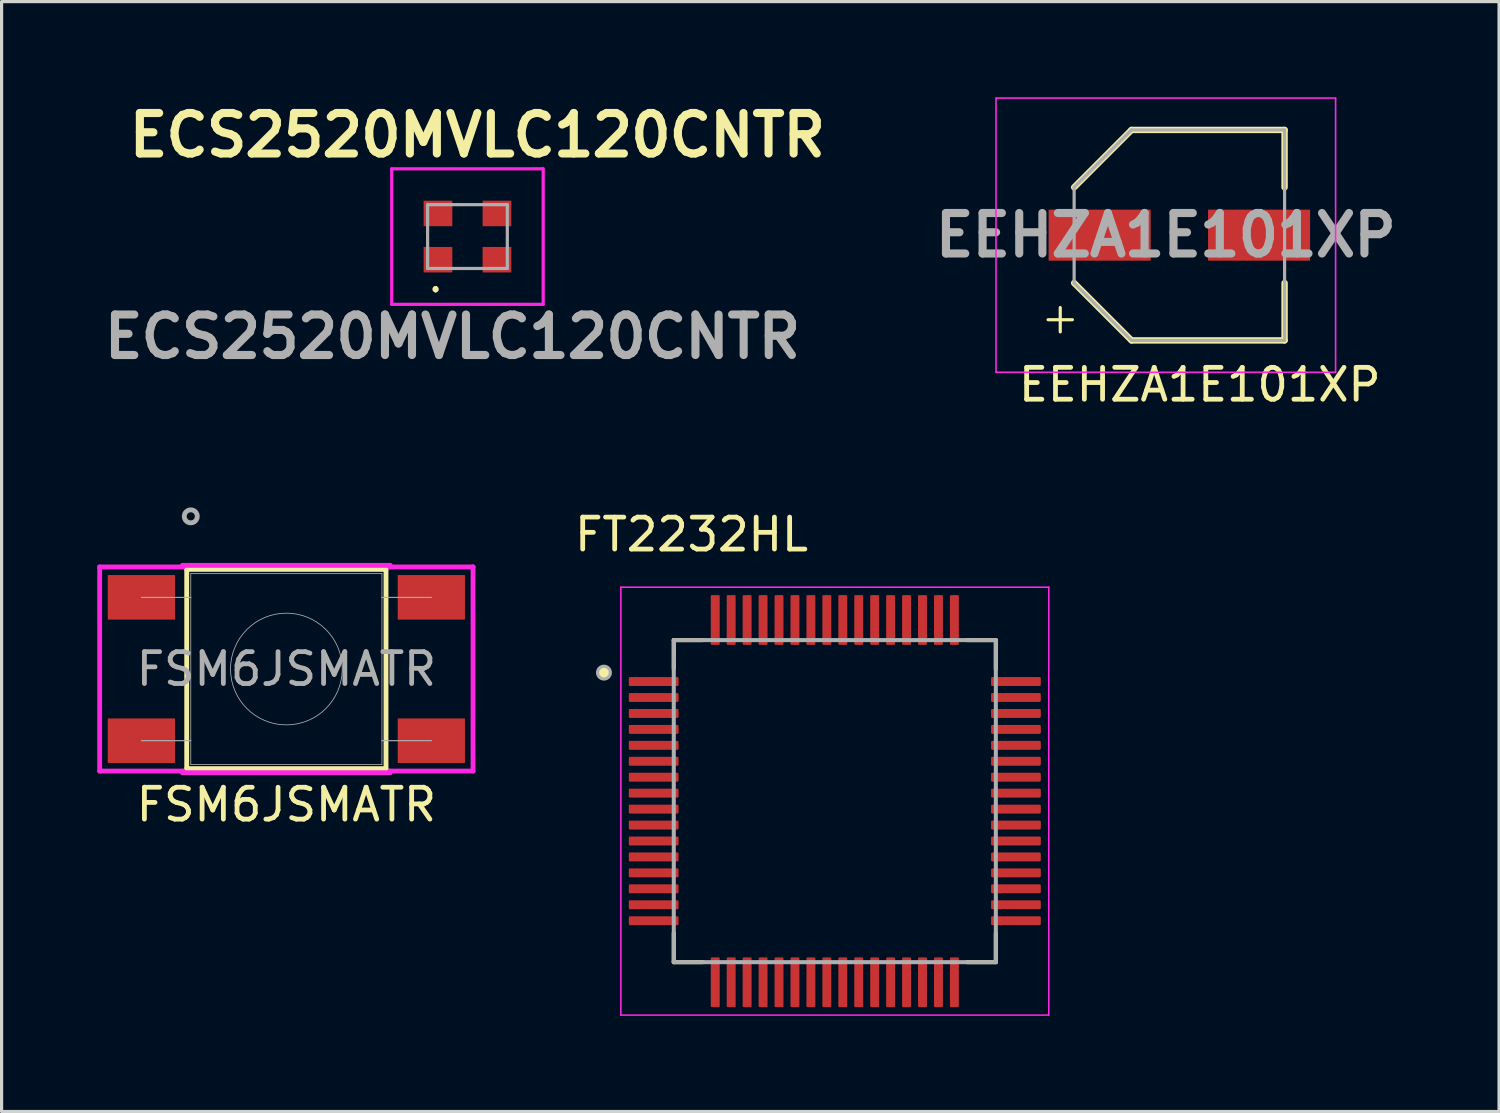
<source format=kicad_pcb>
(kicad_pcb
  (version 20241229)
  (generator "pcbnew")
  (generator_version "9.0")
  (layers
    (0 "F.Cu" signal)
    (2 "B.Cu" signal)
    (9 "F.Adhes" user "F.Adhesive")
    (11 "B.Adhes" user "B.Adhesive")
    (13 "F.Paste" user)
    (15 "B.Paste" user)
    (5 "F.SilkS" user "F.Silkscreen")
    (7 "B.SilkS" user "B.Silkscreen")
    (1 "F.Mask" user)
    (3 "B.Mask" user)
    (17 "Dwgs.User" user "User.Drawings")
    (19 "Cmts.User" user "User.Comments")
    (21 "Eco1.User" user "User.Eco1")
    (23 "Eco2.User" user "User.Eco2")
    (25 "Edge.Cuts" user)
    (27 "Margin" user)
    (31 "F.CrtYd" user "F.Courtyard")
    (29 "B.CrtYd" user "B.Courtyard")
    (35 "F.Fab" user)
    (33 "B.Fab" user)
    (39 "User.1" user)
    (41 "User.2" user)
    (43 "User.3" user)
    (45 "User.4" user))
  (footprint "EEHZA1E101XP"
    (layer "F.Cu")
    (at 33.935 4.325)
    (property "Reference" "EEHZA1E101XP" (at 0.64 4.69 0) (layer "F.SilkS") (effects (font (size 1 1) (thickness 0.15))))
    (attr smd)
    (fp_line (start -3.3 -1.5) (end -1.5 -3.3) (stroke (width 0.2) (type solid)) (layer "F.SilkS"))
    (fp_line (start -1.5 -3.3) (end 3.3 -3.3) (stroke (width 0.2) (type solid)) (layer "F.SilkS"))
    (fp_line (start -1.5 3.3) (end -3.3 1.5) (stroke (width 0.2) (type solid)) (layer "F.SilkS"))
    (fp_line (start 3.3 -3.3) (end 3.3 -1.5) (stroke (width 0.2) (type solid)) (layer "F.SilkS"))
    (fp_line (start 3.3 1.5) (end 3.3 3.3) (stroke (width 0.2) (type solid)) (layer "F.SilkS"))
    (fp_line (start 3.3 3.3) (end -1.5 3.3) (stroke (width 0.2) (type solid)) (layer "F.SilkS"))
    (fp_line (start -5.75 -4.3) (end 4.9 -4.3) (stroke (width 0.05) (type solid)) (layer "F.CrtYd"))
    (fp_line (start -5.75 4.3) (end -5.75 -4.3) (stroke (width 0.05) (type solid)) (layer "F.CrtYd"))
    (fp_line (start 4.9 -4.3) (end 4.9 4.3) (stroke (width 0.05) (type solid)) (layer "F.CrtYd"))
    (fp_line (start 4.9 4.3) (end -5.75 4.3) (stroke (width 0.05) (type solid)) (layer "F.CrtYd"))
    (fp_line (start -3.3 -1.5) (end -1.5 -3.3) (stroke (width 0.1) (type solid)) (layer "F.Fab"))
    (fp_line (start -3.3 -1.5) (end -1.5 -3.3) (stroke (width 0.1) (type solid)) (layer "F.Fab"))
    (fp_line (start -3.3 1.5) (end -3.3 -1.5) (stroke (width 0.1) (type solid)) (layer "F.Fab"))
    (fp_line (start -1.5 -3.3) (end 3.3 -3.3) (stroke (width 0.1) (type solid)) (layer "F.Fab"))
    (fp_line (start -1.5 3.3) (end -3.3 1.5) (stroke (width 0.1) (type solid)) (layer "F.Fab"))
    (fp_line (start 3.3 -3.3) (end 3.3 3.3) (stroke (width 0.1) (type solid)) (layer "F.Fab"))
    (fp_line (start 3.3 3.3) (end -1.5 3.3) (stroke (width 0.1) (type solid)) (layer "F.Fab"))
    (fp_text user "+" (at -4.42 3.16 0) (unlocked yes) (layer "F.SilkS") (effects (font (size 1 1) (thickness 0.1)) (justify left bottom)))
    (fp_text user "${REFERENCE}" (at -0.425 0 0) (layer "F.Fab") (effects (font (size 1.27 1.27) (thickness 0.254))))
    (pad "1" smd rect (at -2.5 0 90) (size 1.6 3.2) (layers "F.Cu" "F.Mask" "F.Paste"))
    (pad "2" smd rect (at 2.5 0 90) (size 1.6 3.2) (layers "F.Cu" "F.Mask" "F.Paste")))
  (footprint "FT2232HL"
    (layer "F.Cu")
    (at 23.13 22.074)
    (property "Reference" "FT2232HL" (at -4.494 -8.361 0) (layer "F.SilkS") (effects (font (size 1.002 1.002) (thickness 0.15))))
    (attr smd)
    (fp_line (start -5.05 -5.05) (end -5.05 -4.15) (stroke (width 0.127) (type solid)) (layer "F.SilkS"))
    (fp_line (start -5.05 -5.05) (end -4.14 -5.05) (stroke (width 0.127) (type solid)) (layer "F.SilkS"))
    (fp_line (start -5.05 5.05) (end -5.05 4.14) (stroke (width 0.127) (type solid)) (layer "F.SilkS"))
    (fp_line (start -5.05 5.05) (end -4.14 5.05) (stroke (width 0.127) (type solid)) (layer "F.SilkS"))
    (fp_line (start 5.05 -5.05) (end 4.14 -5.05) (stroke (width 0.127) (type solid)) (layer "F.SilkS"))
    (fp_line (start 5.05 -5.05) (end 5.05 -4.14) (stroke (width 0.127) (type solid)) (layer "F.SilkS"))
    (fp_line (start 5.05 5.05) (end 4.14 5.05) (stroke (width 0.127) (type solid)) (layer "F.SilkS"))
    (fp_line (start 5.05 5.05) (end 5.05 4.14) (stroke (width 0.127) (type solid)) (layer "F.SilkS"))
    (fp_circle (center -7.24 -4.03) (end -7.04 -4.03) (stroke (width 0) (type solid)) (fill yes) (layer "F.SilkS"))
    (fp_line (start -6.71 -6.71) (end 6.71 -6.71) (stroke (width 0.05) (type solid)) (layer "F.CrtYd"))
    (fp_line (start -6.71 6.71) (end -6.71 -6.71) (stroke (width 0.05) (type solid)) (layer "F.CrtYd"))
    (fp_line (start -6.71 6.71) (end 6.71 6.71) (stroke (width 0.05) (type solid)) (layer "F.CrtYd"))
    (fp_line (start 6.71 6.71) (end 6.71 -6.71) (stroke (width 0.05) (type solid)) (layer "F.CrtYd"))
    (fp_line (start -5.05 -5.05) (end 5.05 -5.05) (stroke (width 0.127) (type solid)) (layer "F.Fab"))
    (fp_line (start -5.05 5.05) (end -5.05 -5.05) (stroke (width 0.127) (type solid)) (layer "F.Fab"))
    (fp_line (start -5.05 5.05) (end 5.05 5.05) (stroke (width 0.127) (type solid)) (layer "F.Fab"))
    (fp_line (start 5.05 5.05) (end 5.05 -5.05) (stroke (width 0.127) (type solid)) (layer "F.Fab"))
    (fp_circle (center -7.24 -4.03) (end -7.04 -4.03) (stroke (width 0.1) (type solid)) (fill no) (layer "F.Fab"))
    (pad "1" smd roundrect (at -5.68 -3.75) (size 1.56 0.28) (layers "F.Cu" "F.Mask" "F.Paste") (roundrect_rratio 0.125))
    (pad "2" smd roundrect (at -5.68 -3.25) (size 1.56 0.28) (layers "F.Cu" "F.Mask" "F.Paste") (roundrect_rratio 0.125))
    (pad "3" smd roundrect (at -5.68 -2.75) (size 1.56 0.28) (layers "F.Cu" "F.Mask" "F.Paste") (roundrect_rratio 0.125))
    (pad "4" smd roundrect (at -5.68 -2.25) (size 1.56 0.28) (layers "F.Cu" "F.Mask" "F.Paste") (roundrect_rratio 0.125))
    (pad "5" smd roundrect (at -5.68 -1.75) (size 1.56 0.28) (layers "F.Cu" "F.Mask" "F.Paste") (roundrect_rratio 0.125))
    (pad "6" smd roundrect (at -5.68 -1.25) (size 1.56 0.28) (layers "F.Cu" "F.Mask" "F.Paste") (roundrect_rratio 0.125))
    (pad "7" smd roundrect (at -5.68 -0.75) (size 1.56 0.28) (layers "F.Cu" "F.Mask" "F.Paste") (roundrect_rratio 0.125))
    (pad "8" smd roundrect (at -5.68 -0.25) (size 1.56 0.28) (layers "F.Cu" "F.Mask" "F.Paste") (roundrect_rratio 0.125))
    (pad "9" smd roundrect (at -5.68 0.25) (size 1.56 0.28) (layers "F.Cu" "F.Mask" "F.Paste") (roundrect_rratio 0.125))
    (pad "10" smd roundrect (at -5.68 0.75) (size 1.56 0.28) (layers "F.Cu" "F.Mask" "F.Paste") (roundrect_rratio 0.125))
    (pad "11" smd roundrect (at -5.68 1.25) (size 1.56 0.28) (layers "F.Cu" "F.Mask" "F.Paste") (roundrect_rratio 0.125))
    (pad "12" smd roundrect (at -5.68 1.75) (size 1.56 0.28) (layers "F.Cu" "F.Mask" "F.Paste") (roundrect_rratio 0.125))
    (pad "13" smd roundrect (at -5.68 2.25) (size 1.56 0.28) (layers "F.Cu" "F.Mask" "F.Paste") (roundrect_rratio 0.125))
    (pad "14" smd roundrect (at -5.68 2.75) (size 1.56 0.28) (layers "F.Cu" "F.Mask" "F.Paste") (roundrect_rratio 0.125))
    (pad "15" smd roundrect (at -5.68 3.25) (size 1.56 0.28) (layers "F.Cu" "F.Mask" "F.Paste") (roundrect_rratio 0.125))
    (pad "16" smd roundrect (at -5.68 3.75) (size 1.56 0.28) (layers "F.Cu" "F.Mask" "F.Paste") (roundrect_rratio 0.125))
    (pad "17" smd roundrect (at -3.75 5.68) (size 0.28 1.56) (layers "F.Cu" "F.Mask" "F.Paste") (roundrect_rratio 0.125))
    (pad "18" smd roundrect (at -3.25 5.68) (size 0.28 1.56) (layers "F.Cu" "F.Mask" "F.Paste") (roundrect_rratio 0.125))
    (pad "19" smd roundrect (at -2.75 5.68) (size 0.28 1.56) (layers "F.Cu" "F.Mask" "F.Paste") (roundrect_rratio 0.125))
    (pad "20" smd roundrect (at -2.25 5.68) (size 0.28 1.56) (layers "F.Cu" "F.Mask" "F.Paste") (roundrect_rratio 0.125))
    (pad "21" smd roundrect (at -1.75 5.68) (size 0.28 1.56) (layers "F.Cu" "F.Mask" "F.Paste") (roundrect_rratio 0.125))
    (pad "22" smd roundrect (at -1.25 5.68) (size 0.28 1.56) (layers "F.Cu" "F.Mask" "F.Paste") (roundrect_rratio 0.125))
    (pad "23" smd roundrect (at -0.75 5.68) (size 0.28 1.56) (layers "F.Cu" "F.Mask" "F.Paste") (roundrect_rratio 0.125))
    (pad "24" smd roundrect (at -0.25 5.68) (size 0.28 1.56) (layers "F.Cu" "F.Mask" "F.Paste") (roundrect_rratio 0.125))
    (pad "25" smd roundrect (at 0.25 5.68) (size 0.28 1.56) (layers "F.Cu" "F.Mask" "F.Paste") (roundrect_rratio 0.125))
    (pad "26" smd roundrect (at 0.75 5.68) (size 0.28 1.56) (layers "F.Cu" "F.Mask" "F.Paste") (roundrect_rratio 0.125))
    (pad "27" smd roundrect (at 1.25 5.68) (size 0.28 1.56) (layers "F.Cu" "F.Mask" "F.Paste") (roundrect_rratio 0.125))
    (pad "28" smd roundrect (at 1.75 5.68) (size 0.28 1.56) (layers "F.Cu" "F.Mask" "F.Paste") (roundrect_rratio 0.125))
    (pad "29" smd roundrect (at 2.25 5.68) (size 0.28 1.56) (layers "F.Cu" "F.Mask" "F.Paste") (roundrect_rratio 0.125))
    (pad "30" smd roundrect (at 2.75 5.68) (size 0.28 1.56) (layers "F.Cu" "F.Mask" "F.Paste") (roundrect_rratio 0.125))
    (pad "31" smd roundrect (at 3.25 5.68) (size 0.28 1.56) (layers "F.Cu" "F.Mask" "F.Paste") (roundrect_rratio 0.125))
    (pad "32" smd roundrect (at 3.75 5.68) (size 0.28 1.56) (layers "F.Cu" "F.Mask" "F.Paste") (roundrect_rratio 0.125))
    (pad "33" smd roundrect (at 5.68 3.75) (size 1.56 0.28) (layers "F.Cu" "F.Mask" "F.Paste") (roundrect_rratio 0.125))
    (pad "34" smd roundrect (at 5.68 3.25) (size 1.56 0.28) (layers "F.Cu" "F.Mask" "F.Paste") (roundrect_rratio 0.125))
    (pad "35" smd roundrect (at 5.68 2.75) (size 1.56 0.28) (layers "F.Cu" "F.Mask" "F.Paste") (roundrect_rratio 0.125))
    (pad "36" smd roundrect (at 5.68 2.25) (size 1.56 0.28) (layers "F.Cu" "F.Mask" "F.Paste") (roundrect_rratio 0.125))
    (pad "37" smd roundrect (at 5.68 1.75) (size 1.56 0.28) (layers "F.Cu" "F.Mask" "F.Paste") (roundrect_rratio 0.125))
    (pad "38" smd roundrect (at 5.68 1.25) (size 1.56 0.28) (layers "F.Cu" "F.Mask" "F.Paste") (roundrect_rratio 0.125))
    (pad "39" smd roundrect (at 5.68 0.75) (size 1.56 0.28) (layers "F.Cu" "F.Mask" "F.Paste") (roundrect_rratio 0.125))
    (pad "40" smd roundrect (at 5.68 0.25) (size 1.56 0.28) (layers "F.Cu" "F.Mask" "F.Paste") (roundrect_rratio 0.125))
    (pad "41" smd roundrect (at 5.68 -0.25) (size 1.56 0.28) (layers "F.Cu" "F.Mask" "F.Paste") (roundrect_rratio 0.125))
    (pad "42" smd roundrect (at 5.68 -0.75) (size 1.56 0.28) (layers "F.Cu" "F.Mask" "F.Paste") (roundrect_rratio 0.125))
    (pad "43" smd roundrect (at 5.68 -1.25) (size 1.56 0.28) (layers "F.Cu" "F.Mask" "F.Paste") (roundrect_rratio 0.125))
    (pad "44" smd roundrect (at 5.68 -1.75) (size 1.56 0.28) (layers "F.Cu" "F.Mask" "F.Paste") (roundrect_rratio 0.125))
    (pad "45" smd roundrect (at 5.68 -2.25) (size 1.56 0.28) (layers "F.Cu" "F.Mask" "F.Paste") (roundrect_rratio 0.125))
    (pad "46" smd roundrect (at 5.68 -2.75) (size 1.56 0.28) (layers "F.Cu" "F.Mask" "F.Paste") (roundrect_rratio 0.125))
    (pad "47" smd roundrect (at 5.68 -3.25) (size 1.56 0.28) (layers "F.Cu" "F.Mask" "F.Paste") (roundrect_rratio 0.125))
    (pad "48" smd roundrect (at 5.68 -3.75) (size 1.56 0.28) (layers "F.Cu" "F.Mask" "F.Paste") (roundrect_rratio 0.125))
    (pad "49" smd roundrect (at 3.75 -5.68) (size 0.28 1.56) (layers "F.Cu" "F.Mask" "F.Paste") (roundrect_rratio 0.125))
    (pad "50" smd roundrect (at 3.25 -5.68) (size 0.28 1.56) (layers "F.Cu" "F.Mask" "F.Paste") (roundrect_rratio 0.125))
    (pad "51" smd roundrect (at 2.75 -5.68) (size 0.28 1.56) (layers "F.Cu" "F.Mask" "F.Paste") (roundrect_rratio 0.125))
    (pad "52" smd roundrect (at 2.25 -5.68) (size 0.28 1.56) (layers "F.Cu" "F.Mask" "F.Paste") (roundrect_rratio 0.125))
    (pad "53" smd roundrect (at 1.75 -5.68) (size 0.28 1.56) (layers "F.Cu" "F.Mask" "F.Paste") (roundrect_rratio 0.125))
    (pad "54" smd roundrect (at 1.25 -5.68) (size 0.28 1.56) (layers "F.Cu" "F.Mask" "F.Paste") (roundrect_rratio 0.125))
    (pad "55" smd roundrect (at 0.75 -5.68) (size 0.28 1.56) (layers "F.Cu" "F.Mask" "F.Paste") (roundrect_rratio 0.125))
    (pad "56" smd roundrect (at 0.25 -5.68) (size 0.28 1.56) (layers "F.Cu" "F.Mask" "F.Paste") (roundrect_rratio 0.125))
    (pad "57" smd roundrect (at -0.25 -5.68) (size 0.28 1.56) (layers "F.Cu" "F.Mask" "F.Paste") (roundrect_rratio 0.125))
    (pad "58" smd roundrect (at -0.75 -5.68) (size 0.28 1.56) (layers "F.Cu" "F.Mask" "F.Paste") (roundrect_rratio 0.125))
    (pad "59" smd roundrect (at -1.25 -5.68) (size 0.28 1.56) (layers "F.Cu" "F.Mask" "F.Paste") (roundrect_rratio 0.125))
    (pad "60" smd roundrect (at -1.75 -5.68) (size 0.28 1.56) (layers "F.Cu" "F.Mask" "F.Paste") (roundrect_rratio 0.125))
    (pad "61" smd roundrect (at -2.25 -5.68) (size 0.28 1.56) (layers "F.Cu" "F.Mask" "F.Paste") (roundrect_rratio 0.125))
    (pad "62" smd roundrect (at -2.75 -5.68) (size 0.28 1.56) (layers "F.Cu" "F.Mask" "F.Paste") (roundrect_rratio 0.125))
    (pad "63" smd roundrect (at -3.25 -5.68) (size 0.28 1.56) (layers "F.Cu" "F.Mask" "F.Paste") (roundrect_rratio 0.125))
    (pad "64" smd roundrect (at -3.75 -5.68) (size 0.28 1.56) (layers "F.Cu" "F.Mask" "F.Paste") (roundrect_rratio 0.125)))
  (footprint "FSM6JSMATR"
    (layer "F.Cu")
    (at 1.384 15.683)
    (property "Reference" "FSM6JSMATR" (at 4.547 6.5 0) (unlocked yes) (layer "F.SilkS") (effects (font (size 1 1) (thickness 0.15))))
    (attr smd)
    (fp_line (start 1.422 -0.876) (end 1.422 5.372) (stroke (width 0.152) (type solid)) (layer "F.SilkS"))
    (fp_line (start 1.422 5.372) (end 7.671 5.372) (stroke (width 0.152) (type solid)) (layer "F.SilkS"))
    (fp_line (start 7.671 -0.876) (end 1.422 -0.876) (stroke (width 0.152) (type solid)) (layer "F.SilkS"))
    (fp_line (start 7.671 5.372) (end 7.671 -0.876) (stroke (width 0.152) (type solid)) (layer "F.SilkS"))
    (fp_line (start -1.308 -0.953) (end 1.295 -0.953) (stroke (width 0.152) (type solid)) (layer "F.CrtYd"))
    (fp_line (start -1.308 5.448) (end -1.308 -0.953) (stroke (width 0.152) (type solid)) (layer "F.CrtYd"))
    (fp_line (start -1.308 5.448) (end 1.295 5.448) (stroke (width 0.152) (type solid)) (layer "F.CrtYd"))
    (fp_line (start 1.295 -1.003) (end 7.798 -1.003) (stroke (width 0.152) (type solid)) (layer "F.CrtYd"))
    (fp_line (start 1.295 -0.953) (end 1.295 -1.003) (stroke (width 0.152) (type solid)) (layer "F.CrtYd"))
    (fp_line (start 1.295 5.499) (end 1.295 5.448) (stroke (width 0.152) (type solid)) (layer "F.CrtYd"))
    (fp_line (start 7.798 -1.003) (end 7.798 -0.953) (stroke (width 0.152) (type solid)) (layer "F.CrtYd"))
    (fp_line (start 7.798 5.448) (end 7.798 5.499) (stroke (width 0.152) (type solid)) (layer "F.CrtYd"))
    (fp_line (start 7.798 5.499) (end 1.295 5.499) (stroke (width 0.152) (type solid)) (layer "F.CrtYd"))
    (fp_line (start 10.401 -0.953) (end 7.798 -0.953) (stroke (width 0.152) (type solid)) (layer "F.CrtYd"))
    (fp_line (start 10.401 -0.953) (end 10.401 5.448) (stroke (width 0.152) (type solid)) (layer "F.CrtYd"))
    (fp_line (start 10.401 5.448) (end 7.798 5.448) (stroke (width 0.152) (type solid)) (layer "F.CrtYd"))
    (fp_line (start 0 0) (end 0 0) (stroke (width 0.025) (type solid)) (layer "F.Fab"))
    (fp_line (start 0 0) (end 1.549 0) (stroke (width 0.025) (type solid)) (layer "F.Fab"))
    (fp_line (start 0 4.496) (end 0 4.496) (stroke (width 0.025) (type solid)) (layer "F.Fab"))
    (fp_line (start 0 4.496) (end 1.549 4.496) (stroke (width 0.025) (type solid)) (layer "F.Fab"))
    (fp_line (start 1.549 -0.749) (end 1.549 5.245) (stroke (width 0.025) (type solid)) (layer "F.Fab"))
    (fp_line (start 1.549 0) (end 0 0) (stroke (width 0.025) (type solid)) (layer "F.Fab"))
    (fp_line (start 1.549 0) (end 1.549 0) (stroke (width 0.025) (type solid)) (layer "F.Fab"))
    (fp_line (start 1.549 4.496) (end 0 4.496) (stroke (width 0.025) (type solid)) (layer "F.Fab"))
    (fp_line (start 1.549 4.496) (end 1.549 4.496) (stroke (width 0.025) (type solid)) (layer "F.Fab"))
    (fp_line (start 1.549 5.245) (end 7.544 5.245) (stroke (width 0.025) (type solid)) (layer "F.Fab"))
    (fp_line (start 7.544 -0.749) (end 1.549 -0.749) (stroke (width 0.025) (type solid)) (layer "F.Fab"))
    (fp_line (start 7.544 0) (end 7.544 0) (stroke (width 0.025) (type solid)) (layer "F.Fab"))
    (fp_line (start 7.544 0) (end 9.093 0) (stroke (width 0.025) (type solid)) (layer "F.Fab"))
    (fp_line (start 7.544 4.496) (end 7.544 4.496) (stroke (width 0.025) (type solid)) (layer "F.Fab"))
    (fp_line (start 7.544 4.496) (end 9.093 4.496) (stroke (width 0.025) (type solid)) (layer "F.Fab"))
    (fp_line (start 7.544 5.245) (end 7.544 -0.749) (stroke (width 0.025) (type solid)) (layer "F.Fab"))
    (fp_line (start 9.093 0) (end 7.544 0) (stroke (width 0.025) (type solid)) (layer "F.Fab"))
    (fp_line (start 9.093 0) (end 9.093 0) (stroke (width 0.025) (type solid)) (layer "F.Fab"))
    (fp_line (start 9.093 4.496) (end 7.544 4.496) (stroke (width 0.025) (type solid)) (layer "F.Fab"))
    (fp_line (start 9.093 4.496) (end 9.093 4.496) (stroke (width 0.025) (type solid)) (layer "F.Fab"))
    (fp_circle (center 1.549 -2.54) (end 1.753 -2.54) (stroke (width 0.152) (type solid)) (fill no) (layer "F.Fab"))
    (fp_circle (center 4.547 2.248) (end 6.299 2.248) (stroke (width 0.025) (type solid)) (fill no) (layer "F.Fab"))
    (fp_text user "${REFERENCE}" (at 4.547 2.248 0) (unlocked yes) (layer "F.Fab") (effects (font (size 1 1) (thickness 0.15))))
    (pad "1" smd rect (at 0 0) (size 2.108 1.397) (layers "F.Cu" "F.Mask" "F.Paste"))
    (pad "2" smd rect (at 0 4.496) (size 2.108 1.397) (layers "F.Cu" "F.Mask" "F.Paste"))
    (pad "3" smd rect (at 9.093 4.496) (size 2.108 1.397) (layers "F.Cu" "F.Mask" "F.Paste"))
    (pad "4" smd rect (at 9.093 0) (size 2.108 1.397) (layers "F.Cu" "F.Mask" "F.Paste")))
  (footprint "ECS2520MVLC120CNTR"
    (layer "F.Cu")
    (at 11.61 4.369)
    (property "Reference" "ECS2520MVLC120CNTR" (at 0.31 -3.18 0) (layer "F.SilkS") (effects (font (size 1.27 1.27) (thickness 0.254))))
    (attr smd)
    (fp_line (start -1 1.6) (end -1 1.6) (stroke (width 0.1) (type solid)) (layer "F.SilkS"))
    (fp_line (start -1 1.7) (end -1 1.7) (stroke (width 0.1) (type solid)) (layer "F.SilkS"))
    (fp_arc (start -1 1.6) (mid -0.95 1.65) (end -1 1.7) (stroke (width 0.1) (type solid)) (layer "F.SilkS"))
    (fp_arc (start -1 1.7) (mid -1.05 1.65) (end -1 1.6) (stroke (width 0.1) (type solid)) (layer "F.SilkS"))
    (fp_line (start -2.375 -2.125) (end 2.375 -2.125) (stroke (width 0.1) (type solid)) (layer "F.CrtYd"))
    (fp_line (start -2.375 2.125) (end -2.375 -2.125) (stroke (width 0.1) (type solid)) (layer "F.CrtYd"))
    (fp_line (start 2.375 -2.125) (end 2.375 2.125) (stroke (width 0.1) (type solid)) (layer "F.CrtYd"))
    (fp_line (start 2.375 2.125) (end -2.375 2.125) (stroke (width 0.1) (type solid)) (layer "F.CrtYd"))
    (fp_line (start -1.25 -1) (end 1.25 -1) (stroke (width 0.1) (type solid)) (layer "F.Fab"))
    (fp_line (start -1.25 1) (end -1.25 -1) (stroke (width 0.1) (type solid)) (layer "F.Fab"))
    (fp_line (start 1.25 -1) (end 1.25 1) (stroke (width 0.1) (type solid)) (layer "F.Fab"))
    (fp_line (start 1.25 1) (end -1.25 1) (stroke (width 0.1) (type solid)) (layer "F.Fab"))
    (fp_text user "${REFERENCE}" (at -0.47 3.14 0) (layer "F.Fab") (effects (font (size 1.27 1.27) (thickness 0.254))))
    (pad "1" smd rect (at -0.925 0.725 90) (size 0.8 0.9) (layers "F.Cu" "F.Mask" "F.Paste"))
    (pad "2" smd rect (at 0.925 0.725 90) (size 0.8 0.9) (layers "F.Cu" "F.Mask" "F.Paste"))
    (pad "3" smd rect (at 0.925 -0.725 90) (size 0.8 0.9) (layers "F.Cu" "F.Mask" "F.Paste"))
    (pad "4" smd rect (at -0.925 -0.725 90) (size 0.8 0.9) (layers "F.Cu" "F.Mask" "F.Paste")))
  (gr_rect
    (start -3 -3)
    (end 43.961 31.809)
    (stroke (width 0.1) (type default))
    (fill no)
    (layer "Edge.Cuts")))
</source>
